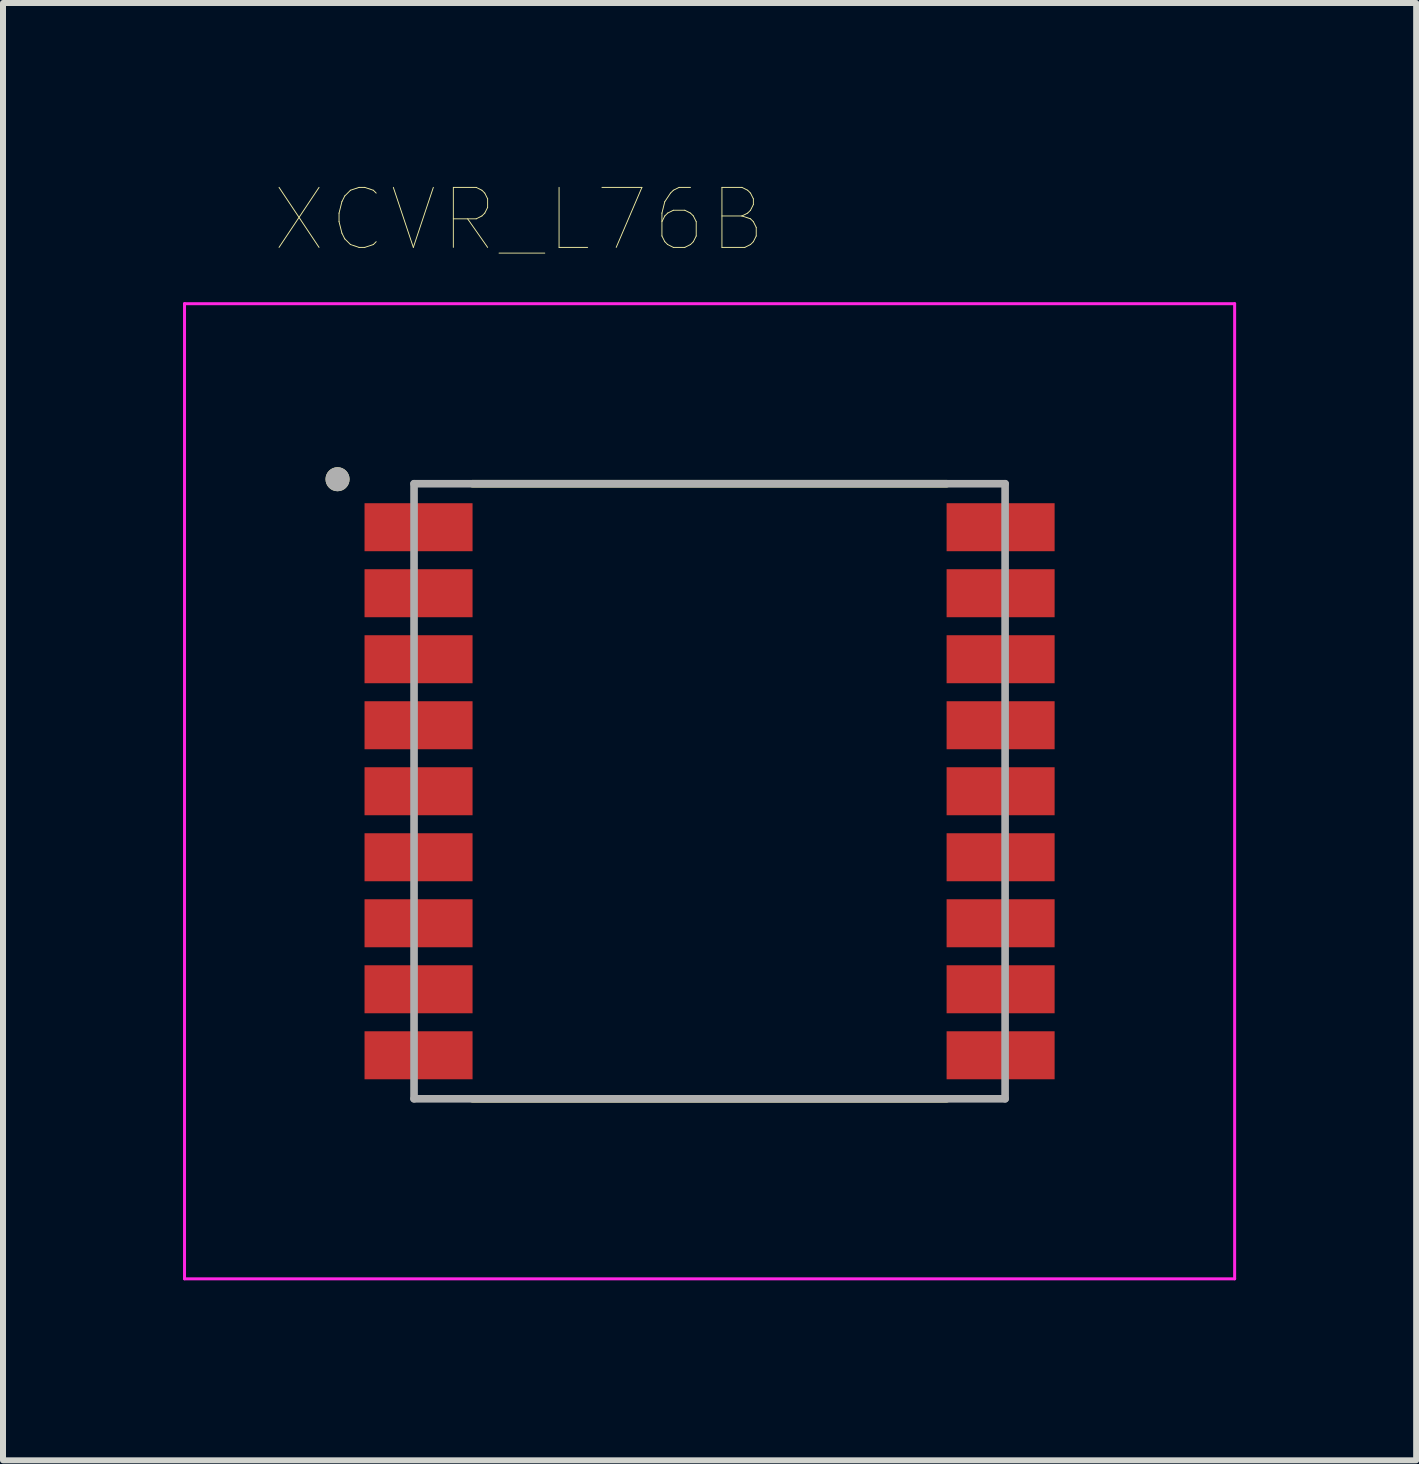
<source format=kicad_pcb>
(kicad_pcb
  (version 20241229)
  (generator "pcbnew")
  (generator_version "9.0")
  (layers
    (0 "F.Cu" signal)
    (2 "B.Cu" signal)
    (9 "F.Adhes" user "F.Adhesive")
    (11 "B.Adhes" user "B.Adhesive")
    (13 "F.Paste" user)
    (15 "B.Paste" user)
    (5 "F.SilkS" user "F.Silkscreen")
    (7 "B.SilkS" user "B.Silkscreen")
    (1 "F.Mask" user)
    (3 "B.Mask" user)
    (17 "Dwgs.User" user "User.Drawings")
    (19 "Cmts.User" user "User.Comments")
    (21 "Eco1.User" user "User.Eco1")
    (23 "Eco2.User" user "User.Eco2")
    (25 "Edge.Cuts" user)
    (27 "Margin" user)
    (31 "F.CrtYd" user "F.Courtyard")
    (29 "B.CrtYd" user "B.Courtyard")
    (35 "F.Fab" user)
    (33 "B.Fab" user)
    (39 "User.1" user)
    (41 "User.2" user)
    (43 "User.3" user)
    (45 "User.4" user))
  (footprint "XCVR_L76B"
    (layer "F.Cu")
    (at 8.775 10.136)
    (property "Reference" "XCVR_L76B" (at -3.175 -9.525 0) (layer "F.SilkS") (effects (font (size 1 1) (thickness 0.015))))
    (attr through_hole)
    (fp_line (start -3.95 -5.125) (end 3.95 -5.125) (stroke (width 0.127) (type solid)) (layer "F.SilkS"))
    (fp_line (start -3.95 5.125) (end 3.95 5.125) (stroke (width 0.127) (type solid)) (layer "F.SilkS"))
    (fp_circle (center -6.2 -5.2) (end -6.1 -5.2) (stroke (width 0.2) (type solid)) (fill no) (layer "F.SilkS"))
    (fp_poly (pts (xy -5.1 -4.8) (xy -4.45 -4.8) (xy -4.408 -4.798) (xy -4.367 -4.791) (xy -4.326 -4.78) (xy -4.287 -4.765) (xy -4.25 -4.746) (xy -4.215 -4.724) (xy -4.182 -4.697) (xy -4.153 -4.668) (xy -4.126 -4.635) (xy -4.104 -4.6) (xy -4.085 -4.563) (xy -4.07 -4.524) (xy -4.059 -4.483) (xy -4.052 -4.442) (xy -4.05 -4.4) (xy -4.052 -4.358) (xy -4.059 -4.317) (xy -4.07 -4.276) (xy -4.085 -4.237) (xy -4.104 -4.2) (xy -4.126 -4.165) (xy -4.153 -4.132) (xy -4.182 -4.103) (xy -4.215 -4.076) (xy -4.25 -4.054) (xy -4.287 -4.035) (xy -4.326 -4.02) (xy -4.367 -4.009) (xy -4.408 -4.002) (xy -4.45 -4) (xy -5.75 -4) (xy -5.792 -4.002) (xy -5.833 -4.009) (xy -5.874 -4.02) (xy -5.913 -4.035) (xy -5.95 -4.054) (xy -5.985 -4.076) (xy -6.018 -4.103) (xy -6.047 -4.132) (xy -6.074 -4.165) (xy -6.096 -4.2) (xy -6.115 -4.237) (xy -6.13 -4.276) (xy -6.141 -4.317) (xy -6.148 -4.358) (xy -6.15 -4.4) (xy -6.148 -4.442) (xy -6.141 -4.483) (xy -6.13 -4.524) (xy -6.115 -4.563) (xy -6.096 -4.6) (xy -6.074 -4.635) (xy -6.047 -4.668) (xy -6.018 -4.697) (xy -5.985 -4.724) (xy -5.95 -4.746) (xy -5.913 -4.765) (xy -5.874 -4.78) (xy -5.833 -4.791) (xy -5.792 -4.798) (xy -5.75 -4.8) (xy -5.1 -4.8)) (stroke (width 0.0001) (type solid)) (fill yes) (layer "F.Paste"))
    (fp_poly (pts (xy -5.1 -3.7) (xy -4.45 -3.7) (xy -4.408 -3.698) (xy -4.367 -3.691) (xy -4.326 -3.68) (xy -4.287 -3.665) (xy -4.25 -3.646) (xy -4.215 -3.624) (xy -4.182 -3.597) (xy -4.153 -3.568) (xy -4.126 -3.535) (xy -4.104 -3.5) (xy -4.085 -3.463) (xy -4.07 -3.424) (xy -4.059 -3.383) (xy -4.052 -3.342) (xy -4.05 -3.3) (xy -4.052 -3.258) (xy -4.059 -3.217) (xy -4.07 -3.176) (xy -4.085 -3.137) (xy -4.104 -3.1) (xy -4.126 -3.065) (xy -4.153 -3.032) (xy -4.182 -3.003) (xy -4.215 -2.976) (xy -4.25 -2.954) (xy -4.287 -2.935) (xy -4.326 -2.92) (xy -4.367 -2.909) (xy -4.408 -2.902) (xy -4.45 -2.9) (xy -5.75 -2.9) (xy -5.792 -2.902) (xy -5.833 -2.909) (xy -5.874 -2.92) (xy -5.913 -2.935) (xy -5.95 -2.954) (xy -5.985 -2.976) (xy -6.018 -3.003) (xy -6.047 -3.032) (xy -6.074 -3.065) (xy -6.096 -3.1) (xy -6.115 -3.137) (xy -6.13 -3.176) (xy -6.141 -3.217) (xy -6.148 -3.258) (xy -6.15 -3.3) (xy -6.148 -3.342) (xy -6.141 -3.383) (xy -6.13 -3.424) (xy -6.115 -3.463) (xy -6.096 -3.5) (xy -6.074 -3.535) (xy -6.047 -3.568) (xy -6.018 -3.597) (xy -5.985 -3.624) (xy -5.95 -3.646) (xy -5.913 -3.665) (xy -5.874 -3.68) (xy -5.833 -3.691) (xy -5.792 -3.698) (xy -5.75 -3.7) (xy -5.1 -3.7)) (stroke (width 0.0001) (type solid)) (fill yes) (layer "F.Paste"))
    (fp_poly (pts (xy -5.1 -2.6) (xy -4.45 -2.6) (xy -4.408 -2.598) (xy -4.367 -2.591) (xy -4.326 -2.58) (xy -4.287 -2.565) (xy -4.25 -2.546) (xy -4.215 -2.524) (xy -4.182 -2.497) (xy -4.153 -2.468) (xy -4.126 -2.435) (xy -4.104 -2.4) (xy -4.085 -2.363) (xy -4.07 -2.324) (xy -4.059 -2.283) (xy -4.052 -2.242) (xy -4.05 -2.2) (xy -4.052 -2.158) (xy -4.059 -2.117) (xy -4.07 -2.076) (xy -4.085 -2.037) (xy -4.104 -2) (xy -4.126 -1.965) (xy -4.153 -1.932) (xy -4.182 -1.903) (xy -4.215 -1.876) (xy -4.25 -1.854) (xy -4.287 -1.835) (xy -4.326 -1.82) (xy -4.367 -1.809) (xy -4.408 -1.802) (xy -4.45 -1.8) (xy -5.75 -1.8) (xy -5.792 -1.802) (xy -5.833 -1.809) (xy -5.874 -1.82) (xy -5.913 -1.835) (xy -5.95 -1.854) (xy -5.985 -1.876) (xy -6.018 -1.903) (xy -6.047 -1.932) (xy -6.074 -1.965) (xy -6.096 -2) (xy -6.115 -2.037) (xy -6.13 -2.076) (xy -6.141 -2.117) (xy -6.148 -2.158) (xy -6.15 -2.2) (xy -6.148 -2.242) (xy -6.141 -2.283) (xy -6.13 -2.324) (xy -6.115 -2.363) (xy -6.096 -2.4) (xy -6.074 -2.435) (xy -6.047 -2.468) (xy -6.018 -2.497) (xy -5.985 -2.524) (xy -5.95 -2.546) (xy -5.913 -2.565) (xy -5.874 -2.58) (xy -5.833 -2.591) (xy -5.792 -2.598) (xy -5.75 -2.6) (xy -5.1 -2.6)) (stroke (width 0.0001) (type solid)) (fill yes) (layer "F.Paste"))
    (fp_poly (pts (xy -5.1 -1.5) (xy -4.45 -1.5) (xy -4.408 -1.498) (xy -4.367 -1.491) (xy -4.326 -1.48) (xy -4.287 -1.465) (xy -4.25 -1.446) (xy -4.215 -1.424) (xy -4.182 -1.397) (xy -4.153 -1.368) (xy -4.126 -1.335) (xy -4.104 -1.3) (xy -4.085 -1.263) (xy -4.07 -1.224) (xy -4.059 -1.183) (xy -4.052 -1.142) (xy -4.05 -1.1) (xy -4.052 -1.058) (xy -4.059 -1.017) (xy -4.07 -0.976) (xy -4.085 -0.937) (xy -4.104 -0.9) (xy -4.126 -0.865) (xy -4.153 -0.832) (xy -4.182 -0.803) (xy -4.215 -0.776) (xy -4.25 -0.754) (xy -4.287 -0.735) (xy -4.326 -0.72) (xy -4.367 -0.709) (xy -4.408 -0.702) (xy -4.45 -0.7) (xy -5.75 -0.7) (xy -5.792 -0.702) (xy -5.833 -0.709) (xy -5.874 -0.72) (xy -5.913 -0.735) (xy -5.95 -0.754) (xy -5.985 -0.776) (xy -6.018 -0.803) (xy -6.047 -0.832) (xy -6.074 -0.865) (xy -6.096 -0.9) (xy -6.115 -0.937) (xy -6.13 -0.976) (xy -6.141 -1.017) (xy -6.148 -1.058) (xy -6.15 -1.1) (xy -6.148 -1.142) (xy -6.141 -1.183) (xy -6.13 -1.224) (xy -6.115 -1.263) (xy -6.096 -1.3) (xy -6.074 -1.335) (xy -6.047 -1.368) (xy -6.018 -1.397) (xy -5.985 -1.424) (xy -5.95 -1.446) (xy -5.913 -1.465) (xy -5.874 -1.48) (xy -5.833 -1.491) (xy -5.792 -1.498) (xy -5.75 -1.5) (xy -5.1 -1.5)) (stroke (width 0.0001) (type solid)) (fill yes) (layer "F.Paste"))
    (fp_poly (pts (xy -5.1 -0.4) (xy -4.45 -0.4) (xy -4.408 -0.398) (xy -4.367 -0.391) (xy -4.326 -0.38) (xy -4.287 -0.365) (xy -4.25 -0.346) (xy -4.215 -0.324) (xy -4.182 -0.297) (xy -4.153 -0.268) (xy -4.126 -0.235) (xy -4.104 -0.2) (xy -4.085 -0.163) (xy -4.07 -0.124) (xy -4.059 -0.083) (xy -4.052 -0.042) (xy -4.05 0) (xy -4.052 0.042) (xy -4.059 0.083) (xy -4.07 0.124) (xy -4.085 0.163) (xy -4.104 0.2) (xy -4.126 0.235) (xy -4.153 0.268) (xy -4.182 0.297) (xy -4.215 0.324) (xy -4.25 0.346) (xy -4.287 0.365) (xy -4.326 0.38) (xy -4.367 0.391) (xy -4.408 0.398) (xy -4.45 0.4) (xy -5.75 0.4) (xy -5.792 0.398) (xy -5.833 0.391) (xy -5.874 0.38) (xy -5.913 0.365) (xy -5.95 0.346) (xy -5.985 0.324) (xy -6.018 0.297) (xy -6.047 0.268) (xy -6.074 0.235) (xy -6.096 0.2) (xy -6.115 0.163) (xy -6.13 0.124) (xy -6.141 0.083) (xy -6.148 0.042) (xy -6.15 0) (xy -6.148 -0.042) (xy -6.141 -0.083) (xy -6.13 -0.124) (xy -6.115 -0.163) (xy -6.096 -0.2) (xy -6.074 -0.235) (xy -6.047 -0.268) (xy -6.018 -0.297) (xy -5.985 -0.324) (xy -5.95 -0.346) (xy -5.913 -0.365) (xy -5.874 -0.38) (xy -5.833 -0.391) (xy -5.792 -0.398) (xy -5.75 -0.4) (xy -5.1 -0.4)) (stroke (width 0.0001) (type solid)) (fill yes) (layer "F.Paste"))
    (fp_poly (pts (xy -5.1 0.7) (xy -4.45 0.7) (xy -4.408 0.702) (xy -4.367 0.709) (xy -4.326 0.72) (xy -4.287 0.735) (xy -4.25 0.754) (xy -4.215 0.776) (xy -4.182 0.803) (xy -4.153 0.832) (xy -4.126 0.865) (xy -4.104 0.9) (xy -4.085 0.937) (xy -4.07 0.976) (xy -4.059 1.017) (xy -4.052 1.058) (xy -4.05 1.1) (xy -4.052 1.142) (xy -4.059 1.183) (xy -4.07 1.224) (xy -4.085 1.263) (xy -4.104 1.3) (xy -4.126 1.335) (xy -4.153 1.368) (xy -4.182 1.397) (xy -4.215 1.424) (xy -4.25 1.446) (xy -4.287 1.465) (xy -4.326 1.48) (xy -4.367 1.491) (xy -4.408 1.498) (xy -4.45 1.5) (xy -5.75 1.5) (xy -5.792 1.498) (xy -5.833 1.491) (xy -5.874 1.48) (xy -5.913 1.465) (xy -5.95 1.446) (xy -5.985 1.424) (xy -6.018 1.397) (xy -6.047 1.368) (xy -6.074 1.335) (xy -6.096 1.3) (xy -6.115 1.263) (xy -6.13 1.224) (xy -6.141 1.183) (xy -6.148 1.142) (xy -6.15 1.1) (xy -6.148 1.058) (xy -6.141 1.017) (xy -6.13 0.976) (xy -6.115 0.937) (xy -6.096 0.9) (xy -6.074 0.865) (xy -6.047 0.832) (xy -6.018 0.803) (xy -5.985 0.776) (xy -5.95 0.754) (xy -5.913 0.735) (xy -5.874 0.72) (xy -5.833 0.709) (xy -5.792 0.702) (xy -5.75 0.7) (xy -5.1 0.7)) (stroke (width 0.0001) (type solid)) (fill yes) (layer "F.Paste"))
    (fp_poly (pts (xy -5.1 1.8) (xy -4.45 1.8) (xy -4.408 1.802) (xy -4.367 1.809) (xy -4.326 1.82) (xy -4.287 1.835) (xy -4.25 1.854) (xy -4.215 1.876) (xy -4.182 1.903) (xy -4.153 1.932) (xy -4.126 1.965) (xy -4.104 2) (xy -4.085 2.037) (xy -4.07 2.076) (xy -4.059 2.117) (xy -4.052 2.158) (xy -4.05 2.2) (xy -4.052 2.242) (xy -4.059 2.283) (xy -4.07 2.324) (xy -4.085 2.363) (xy -4.104 2.4) (xy -4.126 2.435) (xy -4.153 2.468) (xy -4.182 2.497) (xy -4.215 2.524) (xy -4.25 2.546) (xy -4.287 2.565) (xy -4.326 2.58) (xy -4.367 2.591) (xy -4.408 2.598) (xy -4.45 2.6) (xy -5.75 2.6) (xy -5.792 2.598) (xy -5.833 2.591) (xy -5.874 2.58) (xy -5.913 2.565) (xy -5.95 2.546) (xy -5.985 2.524) (xy -6.018 2.497) (xy -6.047 2.468) (xy -6.074 2.435) (xy -6.096 2.4) (xy -6.115 2.363) (xy -6.13 2.324) (xy -6.141 2.283) (xy -6.148 2.242) (xy -6.15 2.2) (xy -6.148 2.158) (xy -6.141 2.117) (xy -6.13 2.076) (xy -6.115 2.037) (xy -6.096 2) (xy -6.074 1.965) (xy -6.047 1.932) (xy -6.018 1.903) (xy -5.985 1.876) (xy -5.95 1.854) (xy -5.913 1.835) (xy -5.874 1.82) (xy -5.833 1.809) (xy -5.792 1.802) (xy -5.75 1.8) (xy -5.1 1.8)) (stroke (width 0.0001) (type solid)) (fill yes) (layer "F.Paste"))
    (fp_poly (pts (xy -5.1 2.9) (xy -4.45 2.9) (xy -4.408 2.902) (xy -4.367 2.909) (xy -4.326 2.92) (xy -4.287 2.935) (xy -4.25 2.954) (xy -4.215 2.976) (xy -4.182 3.003) (xy -4.153 3.032) (xy -4.126 3.065) (xy -4.104 3.1) (xy -4.085 3.137) (xy -4.07 3.176) (xy -4.059 3.217) (xy -4.052 3.258) (xy -4.05 3.3) (xy -4.052 3.342) (xy -4.059 3.383) (xy -4.07 3.424) (xy -4.085 3.463) (xy -4.104 3.5) (xy -4.126 3.535) (xy -4.153 3.568) (xy -4.182 3.597) (xy -4.215 3.624) (xy -4.25 3.646) (xy -4.287 3.665) (xy -4.326 3.68) (xy -4.367 3.691) (xy -4.408 3.698) (xy -4.45 3.7) (xy -5.75 3.7) (xy -5.792 3.698) (xy -5.833 3.691) (xy -5.874 3.68) (xy -5.913 3.665) (xy -5.95 3.646) (xy -5.985 3.624) (xy -6.018 3.597) (xy -6.047 3.568) (xy -6.074 3.535) (xy -6.096 3.5) (xy -6.115 3.463) (xy -6.13 3.424) (xy -6.141 3.383) (xy -6.148 3.342) (xy -6.15 3.3) (xy -6.148 3.258) (xy -6.141 3.217) (xy -6.13 3.176) (xy -6.115 3.137) (xy -6.096 3.1) (xy -6.074 3.065) (xy -6.047 3.032) (xy -6.018 3.003) (xy -5.985 2.976) (xy -5.95 2.954) (xy -5.913 2.935) (xy -5.874 2.92) (xy -5.833 2.909) (xy -5.792 2.902) (xy -5.75 2.9) (xy -5.1 2.9)) (stroke (width 0.0001) (type solid)) (fill yes) (layer "F.Paste"))
    (fp_poly (pts (xy -5.1 4) (xy -4.45 4) (xy -4.408 4.002) (xy -4.367 4.009) (xy -4.326 4.02) (xy -4.287 4.035) (xy -4.25 4.054) (xy -4.215 4.076) (xy -4.182 4.103) (xy -4.153 4.132) (xy -4.126 4.165) (xy -4.104 4.2) (xy -4.085 4.237) (xy -4.07 4.276) (xy -4.059 4.317) (xy -4.052 4.358) (xy -4.05 4.4) (xy -4.052 4.442) (xy -4.059 4.483) (xy -4.07 4.524) (xy -4.085 4.563) (xy -4.104 4.6) (xy -4.126 4.635) (xy -4.153 4.668) (xy -4.182 4.697) (xy -4.215 4.724) (xy -4.25 4.746) (xy -4.287 4.765) (xy -4.326 4.78) (xy -4.367 4.791) (xy -4.408 4.798) (xy -4.45 4.8) (xy -5.75 4.8) (xy -5.792 4.798) (xy -5.833 4.791) (xy -5.874 4.78) (xy -5.913 4.765) (xy -5.95 4.746) (xy -5.985 4.724) (xy -6.018 4.697) (xy -6.047 4.668) (xy -6.074 4.635) (xy -6.096 4.6) (xy -6.115 4.563) (xy -6.13 4.524) (xy -6.141 4.483) (xy -6.148 4.442) (xy -6.15 4.4) (xy -6.148 4.358) (xy -6.141 4.317) (xy -6.13 4.276) (xy -6.115 4.237) (xy -6.096 4.2) (xy -6.074 4.165) (xy -6.047 4.132) (xy -6.018 4.103) (xy -5.985 4.076) (xy -5.95 4.054) (xy -5.913 4.035) (xy -5.874 4.02) (xy -5.833 4.009) (xy -5.792 4.002) (xy -5.75 4) (xy -5.1 4)) (stroke (width 0.0001) (type solid)) (fill yes) (layer "F.Paste"))
    (fp_poly (pts (xy 5.1 -4.8) (xy 5.75 -4.8) (xy 5.792 -4.798) (xy 5.833 -4.791) (xy 5.874 -4.78) (xy 5.913 -4.765) (xy 5.95 -4.746) (xy 5.985 -4.724) (xy 6.018 -4.697) (xy 6.047 -4.668) (xy 6.074 -4.635) (xy 6.096 -4.6) (xy 6.115 -4.563) (xy 6.13 -4.524) (xy 6.141 -4.483) (xy 6.148 -4.442) (xy 6.15 -4.4) (xy 6.148 -4.358) (xy 6.141 -4.317) (xy 6.13 -4.276) (xy 6.115 -4.237) (xy 6.096 -4.2) (xy 6.074 -4.165) (xy 6.047 -4.132) (xy 6.018 -4.103) (xy 5.985 -4.076) (xy 5.95 -4.054) (xy 5.913 -4.035) (xy 5.874 -4.02) (xy 5.833 -4.009) (xy 5.792 -4.002) (xy 5.75 -4) (xy 4.45 -4) (xy 4.408 -4.002) (xy 4.367 -4.009) (xy 4.326 -4.02) (xy 4.287 -4.035) (xy 4.25 -4.054) (xy 4.215 -4.076) (xy 4.182 -4.103) (xy 4.153 -4.132) (xy 4.126 -4.165) (xy 4.104 -4.2) (xy 4.085 -4.237) (xy 4.07 -4.276) (xy 4.059 -4.317) (xy 4.052 -4.358) (xy 4.05 -4.4) (xy 4.052 -4.442) (xy 4.059 -4.483) (xy 4.07 -4.524) (xy 4.085 -4.563) (xy 4.104 -4.6) (xy 4.126 -4.635) (xy 4.153 -4.668) (xy 4.182 -4.697) (xy 4.215 -4.724) (xy 4.25 -4.746) (xy 4.287 -4.765) (xy 4.326 -4.78) (xy 4.367 -4.791) (xy 4.408 -4.798) (xy 4.45 -4.8) (xy 5.1 -4.8)) (stroke (width 0.0001) (type solid)) (fill yes) (layer "F.Paste"))
    (fp_poly (pts (xy 5.1 -3.7) (xy 5.75 -3.7) (xy 5.792 -3.698) (xy 5.833 -3.691) (xy 5.874 -3.68) (xy 5.913 -3.665) (xy 5.95 -3.646) (xy 5.985 -3.624) (xy 6.018 -3.597) (xy 6.047 -3.568) (xy 6.074 -3.535) (xy 6.096 -3.5) (xy 6.115 -3.463) (xy 6.13 -3.424) (xy 6.141 -3.383) (xy 6.148 -3.342) (xy 6.15 -3.3) (xy 6.148 -3.258) (xy 6.141 -3.217) (xy 6.13 -3.176) (xy 6.115 -3.137) (xy 6.096 -3.1) (xy 6.074 -3.065) (xy 6.047 -3.032) (xy 6.018 -3.003) (xy 5.985 -2.976) (xy 5.95 -2.954) (xy 5.913 -2.935) (xy 5.874 -2.92) (xy 5.833 -2.909) (xy 5.792 -2.902) (xy 5.75 -2.9) (xy 4.45 -2.9) (xy 4.408 -2.902) (xy 4.367 -2.909) (xy 4.326 -2.92) (xy 4.287 -2.935) (xy 4.25 -2.954) (xy 4.215 -2.976) (xy 4.182 -3.003) (xy 4.153 -3.032) (xy 4.126 -3.065) (xy 4.104 -3.1) (xy 4.085 -3.137) (xy 4.07 -3.176) (xy 4.059 -3.217) (xy 4.052 -3.258) (xy 4.05 -3.3) (xy 4.052 -3.342) (xy 4.059 -3.383) (xy 4.07 -3.424) (xy 4.085 -3.463) (xy 4.104 -3.5) (xy 4.126 -3.535) (xy 4.153 -3.568) (xy 4.182 -3.597) (xy 4.215 -3.624) (xy 4.25 -3.646) (xy 4.287 -3.665) (xy 4.326 -3.68) (xy 4.367 -3.691) (xy 4.408 -3.698) (xy 4.45 -3.7) (xy 5.1 -3.7)) (stroke (width 0.0001) (type solid)) (fill yes) (layer "F.Paste"))
    (fp_poly (pts (xy 5.1 -2.6) (xy 5.75 -2.6) (xy 5.792 -2.598) (xy 5.833 -2.591) (xy 5.874 -2.58) (xy 5.913 -2.565) (xy 5.95 -2.546) (xy 5.985 -2.524) (xy 6.018 -2.497) (xy 6.047 -2.468) (xy 6.074 -2.435) (xy 6.096 -2.4) (xy 6.115 -2.363) (xy 6.13 -2.324) (xy 6.141 -2.283) (xy 6.148 -2.242) (xy 6.15 -2.2) (xy 6.148 -2.158) (xy 6.141 -2.117) (xy 6.13 -2.076) (xy 6.115 -2.037) (xy 6.096 -2) (xy 6.074 -1.965) (xy 6.047 -1.932) (xy 6.018 -1.903) (xy 5.985 -1.876) (xy 5.95 -1.854) (xy 5.913 -1.835) (xy 5.874 -1.82) (xy 5.833 -1.809) (xy 5.792 -1.802) (xy 5.75 -1.8) (xy 4.45 -1.8) (xy 4.408 -1.802) (xy 4.367 -1.809) (xy 4.326 -1.82) (xy 4.287 -1.835) (xy 4.25 -1.854) (xy 4.215 -1.876) (xy 4.182 -1.903) (xy 4.153 -1.932) (xy 4.126 -1.965) (xy 4.104 -2) (xy 4.085 -2.037) (xy 4.07 -2.076) (xy 4.059 -2.117) (xy 4.052 -2.158) (xy 4.05 -2.2) (xy 4.052 -2.242) (xy 4.059 -2.283) (xy 4.07 -2.324) (xy 4.085 -2.363) (xy 4.104 -2.4) (xy 4.126 -2.435) (xy 4.153 -2.468) (xy 4.182 -2.497) (xy 4.215 -2.524) (xy 4.25 -2.546) (xy 4.287 -2.565) (xy 4.326 -2.58) (xy 4.367 -2.591) (xy 4.408 -2.598) (xy 4.45 -2.6) (xy 5.1 -2.6)) (stroke (width 0.0001) (type solid)) (fill yes) (layer "F.Paste"))
    (fp_poly (pts (xy 5.1 -1.5) (xy 5.75 -1.5) (xy 5.792 -1.498) (xy 5.833 -1.491) (xy 5.874 -1.48) (xy 5.913 -1.465) (xy 5.95 -1.446) (xy 5.985 -1.424) (xy 6.018 -1.397) (xy 6.047 -1.368) (xy 6.074 -1.335) (xy 6.096 -1.3) (xy 6.115 -1.263) (xy 6.13 -1.224) (xy 6.141 -1.183) (xy 6.148 -1.142) (xy 6.15 -1.1) (xy 6.148 -1.058) (xy 6.141 -1.017) (xy 6.13 -0.976) (xy 6.115 -0.937) (xy 6.096 -0.9) (xy 6.074 -0.865) (xy 6.047 -0.832) (xy 6.018 -0.803) (xy 5.985 -0.776) (xy 5.95 -0.754) (xy 5.913 -0.735) (xy 5.874 -0.72) (xy 5.833 -0.709) (xy 5.792 -0.702) (xy 5.75 -0.7) (xy 4.45 -0.7) (xy 4.408 -0.702) (xy 4.367 -0.709) (xy 4.326 -0.72) (xy 4.287 -0.735) (xy 4.25 -0.754) (xy 4.215 -0.776) (xy 4.182 -0.803) (xy 4.153 -0.832) (xy 4.126 -0.865) (xy 4.104 -0.9) (xy 4.085 -0.937) (xy 4.07 -0.976) (xy 4.059 -1.017) (xy 4.052 -1.058) (xy 4.05 -1.1) (xy 4.052 -1.142) (xy 4.059 -1.183) (xy 4.07 -1.224) (xy 4.085 -1.263) (xy 4.104 -1.3) (xy 4.126 -1.335) (xy 4.153 -1.368) (xy 4.182 -1.397) (xy 4.215 -1.424) (xy 4.25 -1.446) (xy 4.287 -1.465) (xy 4.326 -1.48) (xy 4.367 -1.491) (xy 4.408 -1.498) (xy 4.45 -1.5) (xy 5.1 -1.5)) (stroke (width 0.0001) (type solid)) (fill yes) (layer "F.Paste"))
    (fp_poly (pts (xy 5.1 -0.4) (xy 5.75 -0.4) (xy 5.792 -0.398) (xy 5.833 -0.391) (xy 5.874 -0.38) (xy 5.913 -0.365) (xy 5.95 -0.346) (xy 5.985 -0.324) (xy 6.018 -0.297) (xy 6.047 -0.268) (xy 6.074 -0.235) (xy 6.096 -0.2) (xy 6.115 -0.163) (xy 6.13 -0.124) (xy 6.141 -0.083) (xy 6.148 -0.042) (xy 6.15 0) (xy 6.148 0.042) (xy 6.141 0.083) (xy 6.13 0.124) (xy 6.115 0.163) (xy 6.096 0.2) (xy 6.074 0.235) (xy 6.047 0.268) (xy 6.018 0.297) (xy 5.985 0.324) (xy 5.95 0.346) (xy 5.913 0.365) (xy 5.874 0.38) (xy 5.833 0.391) (xy 5.792 0.398) (xy 5.75 0.4) (xy 4.45 0.4) (xy 4.408 0.398) (xy 4.367 0.391) (xy 4.326 0.38) (xy 4.287 0.365) (xy 4.25 0.346) (xy 4.215 0.324) (xy 4.182 0.297) (xy 4.153 0.268) (xy 4.126 0.235) (xy 4.104 0.2) (xy 4.085 0.163) (xy 4.07 0.124) (xy 4.059 0.083) (xy 4.052 0.042) (xy 4.05 0) (xy 4.052 -0.042) (xy 4.059 -0.083) (xy 4.07 -0.124) (xy 4.085 -0.163) (xy 4.104 -0.2) (xy 4.126 -0.235) (xy 4.153 -0.268) (xy 4.182 -0.297) (xy 4.215 -0.324) (xy 4.25 -0.346) (xy 4.287 -0.365) (xy 4.326 -0.38) (xy 4.367 -0.391) (xy 4.408 -0.398) (xy 4.45 -0.4) (xy 5.1 -0.4)) (stroke (width 0.0001) (type solid)) (fill yes) (layer "F.Paste"))
    (fp_poly (pts (xy 5.1 0.7) (xy 5.75 0.7) (xy 5.792 0.702) (xy 5.833 0.709) (xy 5.874 0.72) (xy 5.913 0.735) (xy 5.95 0.754) (xy 5.985 0.776) (xy 6.018 0.803) (xy 6.047 0.832) (xy 6.074 0.865) (xy 6.096 0.9) (xy 6.115 0.937) (xy 6.13 0.976) (xy 6.141 1.017) (xy 6.148 1.058) (xy 6.15 1.1) (xy 6.148 1.142) (xy 6.141 1.183) (xy 6.13 1.224) (xy 6.115 1.263) (xy 6.096 1.3) (xy 6.074 1.335) (xy 6.047 1.368) (xy 6.018 1.397) (xy 5.985 1.424) (xy 5.95 1.446) (xy 5.913 1.465) (xy 5.874 1.48) (xy 5.833 1.491) (xy 5.792 1.498) (xy 5.75 1.5) (xy 4.45 1.5) (xy 4.408 1.498) (xy 4.367 1.491) (xy 4.326 1.48) (xy 4.287 1.465) (xy 4.25 1.446) (xy 4.215 1.424) (xy 4.182 1.397) (xy 4.153 1.368) (xy 4.126 1.335) (xy 4.104 1.3) (xy 4.085 1.263) (xy 4.07 1.224) (xy 4.059 1.183) (xy 4.052 1.142) (xy 4.05 1.1) (xy 4.052 1.058) (xy 4.059 1.017) (xy 4.07 0.976) (xy 4.085 0.937) (xy 4.104 0.9) (xy 4.126 0.865) (xy 4.153 0.832) (xy 4.182 0.803) (xy 4.215 0.776) (xy 4.25 0.754) (xy 4.287 0.735) (xy 4.326 0.72) (xy 4.367 0.709) (xy 4.408 0.702) (xy 4.45 0.7) (xy 5.1 0.7)) (stroke (width 0.0001) (type solid)) (fill yes) (layer "F.Paste"))
    (fp_poly (pts (xy 5.1 1.8) (xy 5.75 1.8) (xy 5.792 1.802) (xy 5.833 1.809) (xy 5.874 1.82) (xy 5.913 1.835) (xy 5.95 1.854) (xy 5.985 1.876) (xy 6.018 1.903) (xy 6.047 1.932) (xy 6.074 1.965) (xy 6.096 2) (xy 6.115 2.037) (xy 6.13 2.076) (xy 6.141 2.117) (xy 6.148 2.158) (xy 6.15 2.2) (xy 6.148 2.242) (xy 6.141 2.283) (xy 6.13 2.324) (xy 6.115 2.363) (xy 6.096 2.4) (xy 6.074 2.435) (xy 6.047 2.468) (xy 6.018 2.497) (xy 5.985 2.524) (xy 5.95 2.546) (xy 5.913 2.565) (xy 5.874 2.58) (xy 5.833 2.591) (xy 5.792 2.598) (xy 5.75 2.6) (xy 4.45 2.6) (xy 4.408 2.598) (xy 4.367 2.591) (xy 4.326 2.58) (xy 4.287 2.565) (xy 4.25 2.546) (xy 4.215 2.524) (xy 4.182 2.497) (xy 4.153 2.468) (xy 4.126 2.435) (xy 4.104 2.4) (xy 4.085 2.363) (xy 4.07 2.324) (xy 4.059 2.283) (xy 4.052 2.242) (xy 4.05 2.2) (xy 4.052 2.158) (xy 4.059 2.117) (xy 4.07 2.076) (xy 4.085 2.037) (xy 4.104 2) (xy 4.126 1.965) (xy 4.153 1.932) (xy 4.182 1.903) (xy 4.215 1.876) (xy 4.25 1.854) (xy 4.287 1.835) (xy 4.326 1.82) (xy 4.367 1.809) (xy 4.408 1.802) (xy 4.45 1.8) (xy 5.1 1.8)) (stroke (width 0.0001) (type solid)) (fill yes) (layer "F.Paste"))
    (fp_poly (pts (xy 5.1 2.9) (xy 5.75 2.9) (xy 5.792 2.902) (xy 5.833 2.909) (xy 5.874 2.92) (xy 5.913 2.935) (xy 5.95 2.954) (xy 5.985 2.976) (xy 6.018 3.003) (xy 6.047 3.032) (xy 6.074 3.065) (xy 6.096 3.1) (xy 6.115 3.137) (xy 6.13 3.176) (xy 6.141 3.217) (xy 6.148 3.258) (xy 6.15 3.3) (xy 6.148 3.342) (xy 6.141 3.383) (xy 6.13 3.424) (xy 6.115 3.463) (xy 6.096 3.5) (xy 6.074 3.535) (xy 6.047 3.568) (xy 6.018 3.597) (xy 5.985 3.624) (xy 5.95 3.646) (xy 5.913 3.665) (xy 5.874 3.68) (xy 5.833 3.691) (xy 5.792 3.698) (xy 5.75 3.7) (xy 4.45 3.7) (xy 4.408 3.698) (xy 4.367 3.691) (xy 4.326 3.68) (xy 4.287 3.665) (xy 4.25 3.646) (xy 4.215 3.624) (xy 4.182 3.597) (xy 4.153 3.568) (xy 4.126 3.535) (xy 4.104 3.5) (xy 4.085 3.463) (xy 4.07 3.424) (xy 4.059 3.383) (xy 4.052 3.342) (xy 4.05 3.3) (xy 4.052 3.258) (xy 4.059 3.217) (xy 4.07 3.176) (xy 4.085 3.137) (xy 4.104 3.1) (xy 4.126 3.065) (xy 4.153 3.032) (xy 4.182 3.003) (xy 4.215 2.976) (xy 4.25 2.954) (xy 4.287 2.935) (xy 4.326 2.92) (xy 4.367 2.909) (xy 4.408 2.902) (xy 4.45 2.9) (xy 5.1 2.9)) (stroke (width 0.0001) (type solid)) (fill yes) (layer "F.Paste"))
    (fp_poly (pts (xy 5.1 4) (xy 5.75 4) (xy 5.792 4.002) (xy 5.833 4.009) (xy 5.874 4.02) (xy 5.913 4.035) (xy 5.95 4.054) (xy 5.985 4.076) (xy 6.018 4.103) (xy 6.047 4.132) (xy 6.074 4.165) (xy 6.096 4.2) (xy 6.115 4.237) (xy 6.13 4.276) (xy 6.141 4.317) (xy 6.148 4.358) (xy 6.15 4.4) (xy 6.148 4.442) (xy 6.141 4.483) (xy 6.13 4.524) (xy 6.115 4.563) (xy 6.096 4.6) (xy 6.074 4.635) (xy 6.047 4.668) (xy 6.018 4.697) (xy 5.985 4.724) (xy 5.95 4.746) (xy 5.913 4.765) (xy 5.874 4.78) (xy 5.833 4.791) (xy 5.792 4.798) (xy 5.75 4.8) (xy 4.45 4.8) (xy 4.408 4.798) (xy 4.367 4.791) (xy 4.326 4.78) (xy 4.287 4.765) (xy 4.25 4.746) (xy 4.215 4.724) (xy 4.182 4.697) (xy 4.153 4.668) (xy 4.126 4.635) (xy 4.104 4.6) (xy 4.085 4.563) (xy 4.07 4.524) (xy 4.059 4.483) (xy 4.052 4.442) (xy 4.05 4.4) (xy 4.052 4.358) (xy 4.059 4.317) (xy 4.07 4.276) (xy 4.085 4.237) (xy 4.104 4.2) (xy 4.126 4.165) (xy 4.153 4.132) (xy 4.182 4.103) (xy 4.215 4.076) (xy 4.25 4.054) (xy 4.287 4.035) (xy 4.326 4.02) (xy 4.367 4.009) (xy 4.408 4.002) (xy 4.45 4) (xy 5.1 4)) (stroke (width 0.0001) (type solid)) (fill yes) (layer "F.Paste"))
    (fp_line (start -8.75 -8.125) (end 8.75 -8.125) (stroke (width 0.05) (type solid)) (layer "F.CrtYd"))
    (fp_line (start -8.75 8.125) (end -8.75 -8.125) (stroke (width 0.05) (type solid)) (layer "F.CrtYd"))
    (fp_line (start 8.75 -8.125) (end 8.75 8.125) (stroke (width 0.05) (type solid)) (layer "F.CrtYd"))
    (fp_line (start 8.75 8.125) (end -8.75 8.125) (stroke (width 0.05) (type solid)) (layer "F.CrtYd"))
    (fp_line (start -4.925 -5.125) (end -4.925 5.125) (stroke (width 0.127) (type solid)) (layer "F.Fab"))
    (fp_line (start -4.925 5.125) (end 4.925 5.125) (stroke (width 0.127) (type solid)) (layer "F.Fab"))
    (fp_line (start 4.925 -5.125) (end -4.925 -5.125) (stroke (width 0.127) (type solid)) (layer "F.Fab"))
    (fp_line (start 4.925 5.125) (end 4.925 -5.125) (stroke (width 0.127) (type solid)) (layer "F.Fab"))
    (fp_circle (center -6.2 -5.2) (end -6.1 -5.2) (stroke (width 0.2) (type solid)) (fill no) (layer "F.Fab"))
    (pad "1" smd rect (at -4.85 -4.4) (size 1.8 0.8) (layers "F.Cu" "F.Mask"))
    (pad "2" smd rect (at -4.85 -3.3) (size 1.8 0.8) (layers "F.Cu" "F.Mask"))
    (pad "3" smd rect (at -4.85 -2.2) (size 1.8 0.8) (layers "F.Cu" "F.Mask"))
    (pad "4" smd rect (at -4.85 -1.1) (size 1.8 0.8) (layers "F.Cu" "F.Mask"))
    (pad "5" smd rect (at -4.85 0) (size 1.8 0.8) (layers "F.Cu" "F.Mask"))
    (pad "6" smd rect (at -4.85 1.1) (size 1.8 0.8) (layers "F.Cu" "F.Mask"))
    (pad "7" smd rect (at -4.85 2.2) (size 1.8 0.8) (layers "F.Cu" "F.Mask"))
    (pad "8" smd rect (at -4.85 3.3) (size 1.8 0.8) (layers "F.Cu" "F.Mask"))
    (pad "9" smd rect (at -4.85 4.4) (size 1.8 0.8) (layers "F.Cu" "F.Mask"))
    (pad "10" smd rect (at 4.85 4.4) (size 1.8 0.8) (layers "F.Cu" "F.Mask"))
    (pad "11" smd rect (at 4.85 3.3) (size 1.8 0.8) (layers "F.Cu" "F.Mask"))
    (pad "12" smd rect (at 4.85 2.2) (size 1.8 0.8) (layers "F.Cu" "F.Mask"))
    (pad "13" smd rect (at 4.85 1.1) (size 1.8 0.8) (layers "F.Cu" "F.Mask"))
    (pad "14" smd rect (at 4.85 0) (size 1.8 0.8) (layers "F.Cu" "F.Mask"))
    (pad "15" smd rect (at 4.85 -1.1) (size 1.8 0.8) (layers "F.Cu" "F.Mask"))
    (pad "16" smd rect (at 4.85 -2.2) (size 1.8 0.8) (layers "F.Cu" "F.Mask"))
    (pad "17" smd rect (at 4.85 -3.3) (size 1.8 0.8) (layers "F.Cu" "F.Mask"))
    (pad "18" smd rect (at 4.85 -4.4) (size 1.8 0.8) (layers "F.Cu" "F.Mask")))
  (gr_rect
    (start -3 -3)
    (end 20.55 21.286)
    (stroke (width 0.1) (type default))
    (fill no)
    (layer "Edge.Cuts")))
</source>
